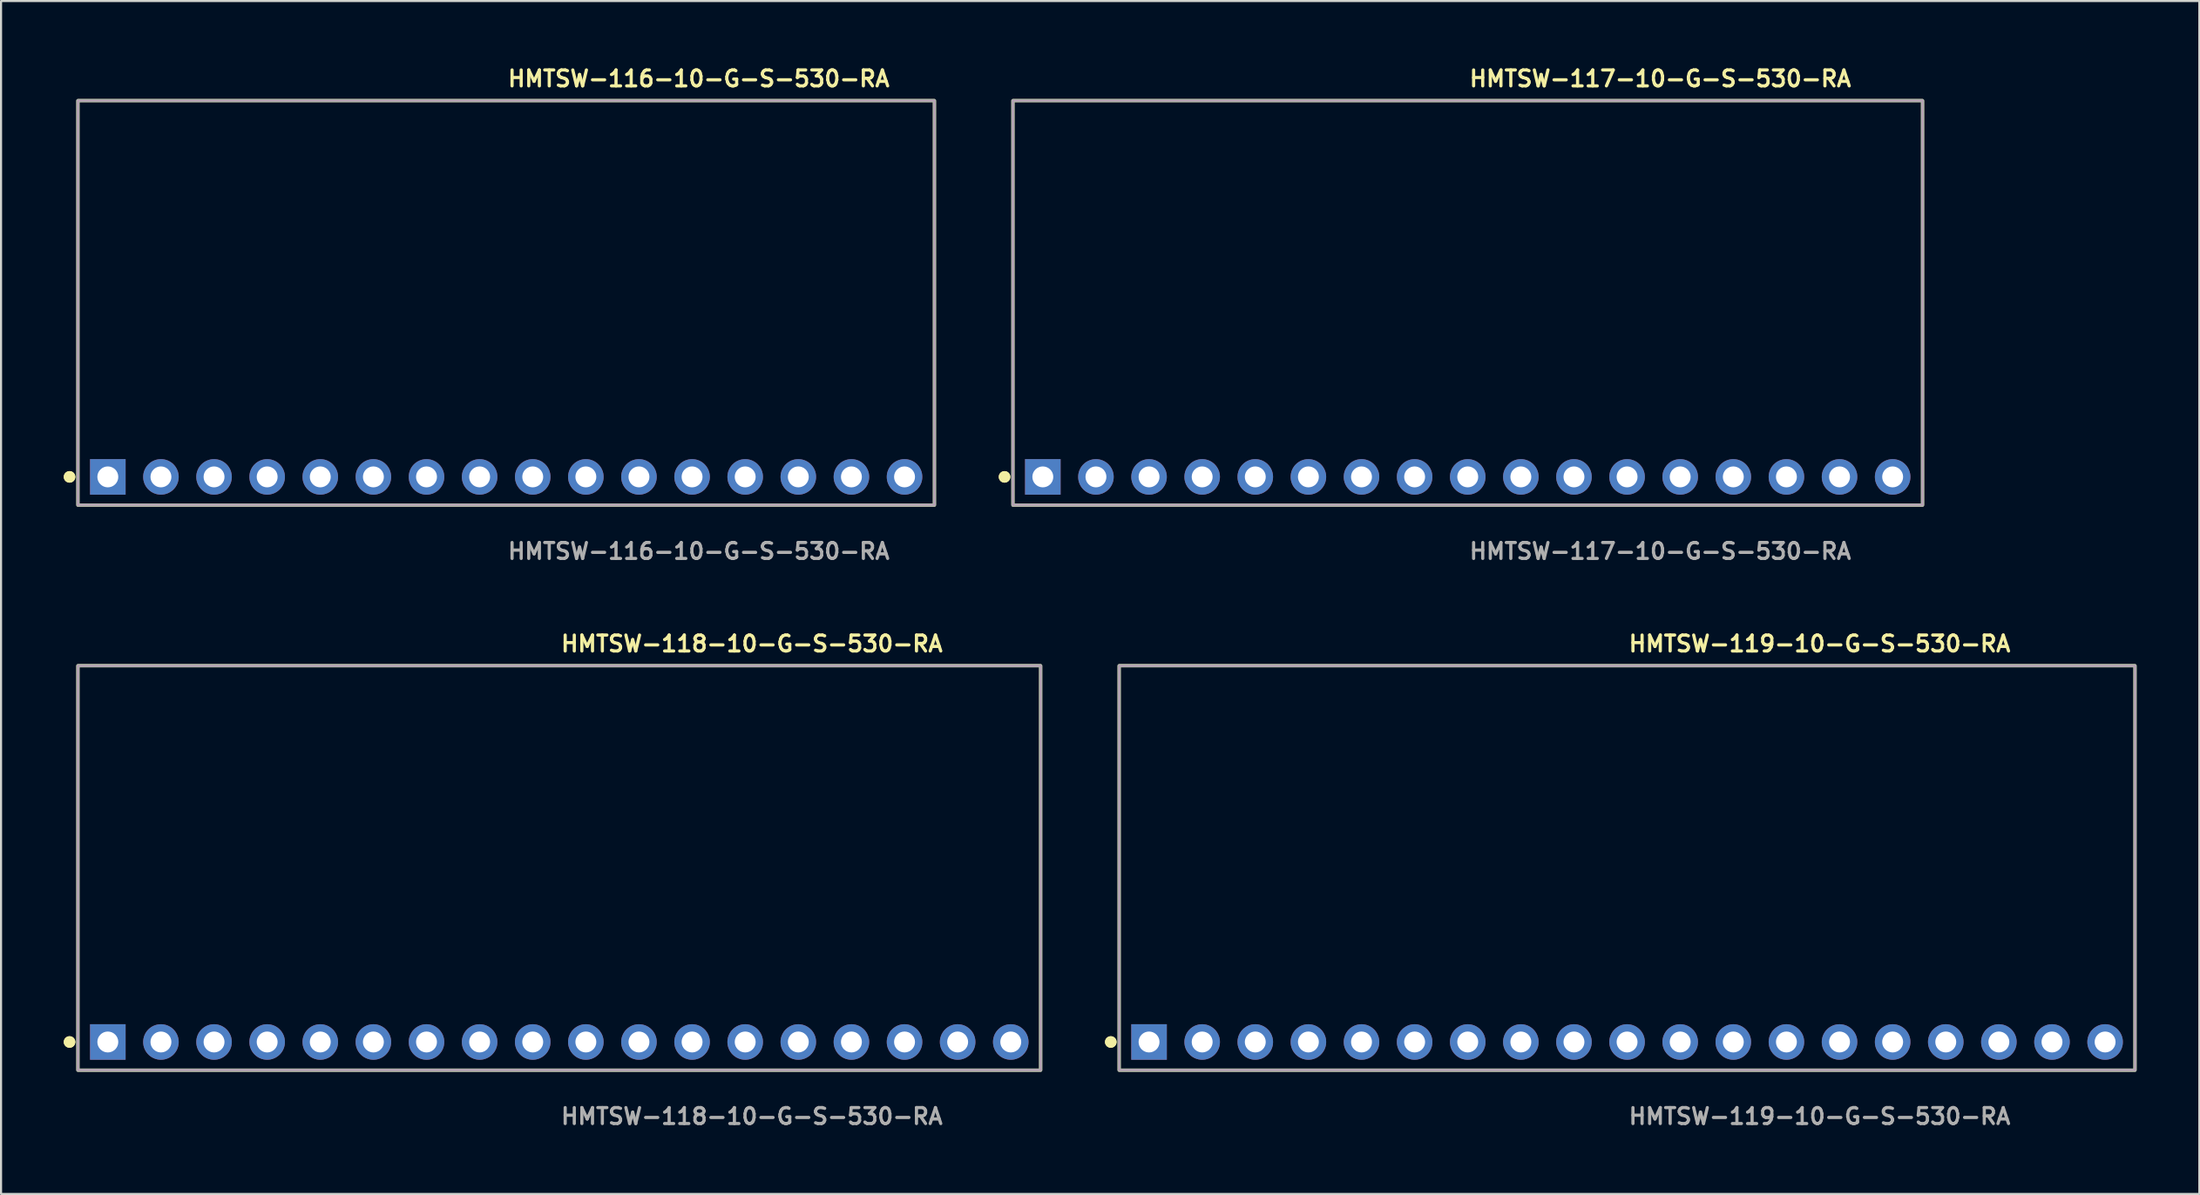
<source format=kicad_pcb>
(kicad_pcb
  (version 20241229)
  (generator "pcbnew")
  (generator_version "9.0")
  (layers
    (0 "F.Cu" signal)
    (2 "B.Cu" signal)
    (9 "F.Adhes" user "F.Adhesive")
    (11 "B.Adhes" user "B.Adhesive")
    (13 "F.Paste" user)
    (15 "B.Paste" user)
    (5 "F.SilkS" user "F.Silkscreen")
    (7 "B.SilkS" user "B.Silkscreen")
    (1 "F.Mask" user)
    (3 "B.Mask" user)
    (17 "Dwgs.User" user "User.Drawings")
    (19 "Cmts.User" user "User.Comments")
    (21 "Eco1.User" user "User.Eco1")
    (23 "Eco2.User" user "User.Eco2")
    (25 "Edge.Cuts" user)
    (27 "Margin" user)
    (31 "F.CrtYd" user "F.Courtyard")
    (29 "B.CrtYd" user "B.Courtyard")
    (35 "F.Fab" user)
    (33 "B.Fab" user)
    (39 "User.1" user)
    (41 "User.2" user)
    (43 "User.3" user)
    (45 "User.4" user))
  (footprint "HMTSW-116-10-G-S-530-RA"
    (layer "F.Cu")
    (at 21.156 19.763)
    (property "Reference" "HMTSW-116-10-G-S-530-RA" (at 0 -19.05 0) (unlocked yes) (layer "F.SilkS") (effects (font (size 0.762 0.762) (thickness 0.152)) (justify left)))
    (fp_rect (start -20.48 1.35) (end 20.48 -18) (stroke (width 0.152) (type solid)) (fill no) (layer "F.SilkS"))
    (fp_circle (center -20.88 0) (end -21.08 0) (stroke (width 0.152) (type solid)) (fill yes) (layer "F.SilkS"))
    (fp_circle (center -20.88 0) (end -21.08 0) (stroke (width 0.152) (type solid)) (fill yes) (layer "F.SilkS"))
    (fp_rect (start -20.48 1.35) (end 20.48 -18) (stroke (width 0.006) (type solid)) (fill no) (layer "F.CrtYd"))
    (fp_rect (start -20.48 1.35) (end 20.48 -18) (stroke (width 0.152) (type solid)) (fill no) (layer "F.Fab"))
    (fp_text user "${REFERENCE}" (at 0 3.556 0) (unlocked yes) (layer "F.Fab") (effects (font (size 0.762 0.762) (thickness 0.152)) (justify left)))
    (pad "1" thru_hole rect (at -19.05 0) (size 1.7 1.7) (drill 1) (layers "*.Cu" "*.Mask"))
    (pad "2" thru_hole circle (at -16.51 0) (size 1.7 1.7) (drill 1) (layers "*.Cu" "*.Mask"))
    (pad "3" thru_hole circle (at -13.97 0) (size 1.7 1.7) (drill 1) (layers "*.Cu" "*.Mask"))
    (pad "4" thru_hole circle (at -11.43 0) (size 1.7 1.7) (drill 1) (layers "*.Cu" "*.Mask"))
    (pad "5" thru_hole circle (at -8.89 0) (size 1.7 1.7) (drill 1) (layers "*.Cu" "*.Mask"))
    (pad "6" thru_hole circle (at -6.35 0) (size 1.7 1.7) (drill 1) (layers "*.Cu" "*.Mask"))
    (pad "7" thru_hole circle (at -3.81 0) (size 1.7 1.7) (drill 1) (layers "*.Cu" "*.Mask"))
    (pad "8" thru_hole circle (at -1.27 0) (size 1.7 1.7) (drill 1) (layers "*.Cu" "*.Mask"))
    (pad "9" thru_hole circle (at 1.27 0) (size 1.7 1.7) (drill 1) (layers "*.Cu" "*.Mask"))
    (pad "10" thru_hole circle (at 3.81 0) (size 1.7 1.7) (drill 1) (layers "*.Cu" "*.Mask"))
    (pad "11" thru_hole circle (at 6.35 0) (size 1.7 1.7) (drill 1) (layers "*.Cu" "*.Mask"))
    (pad "12" thru_hole circle (at 8.89 0) (size 1.7 1.7) (drill 1) (layers "*.Cu" "*.Mask"))
    (pad "13" thru_hole circle (at 11.43 0) (size 1.7 1.7) (drill 1) (layers "*.Cu" "*.Mask"))
    (pad "14" thru_hole circle (at 13.97 0) (size 1.7 1.7) (drill 1) (layers "*.Cu" "*.Mask"))
    (pad "15" thru_hole circle (at 16.51 0) (size 1.7 1.7) (drill 1) (layers "*.Cu" "*.Mask"))
    (pad "16" thru_hole circle (at 19.05 0) (size 1.7 1.7) (drill 1) (layers "*.Cu" "*.Mask")))
  (footprint "HMTSW-119-10-G-S-530-RA"
    (layer "F.Cu")
    (at 74.759 46.796)
    (property "Reference" "HMTSW-119-10-G-S-530-RA" (at 0 -19.05 0) (unlocked yes) (layer "F.SilkS") (effects (font (size 0.762 0.762) (thickness 0.152)) (justify left)))
    (fp_rect (start -24.29 1.35) (end 24.29 -18) (stroke (width 0.152) (type solid)) (fill no) (layer "F.SilkS"))
    (fp_circle (center -24.69 0) (end -24.89 0) (stroke (width 0.152) (type solid)) (fill yes) (layer "F.SilkS"))
    (fp_circle (center -24.69 0) (end -24.89 0) (stroke (width 0.152) (type solid)) (fill yes) (layer "F.SilkS"))
    (fp_rect (start -24.29 1.35) (end 24.29 -18) (stroke (width 0.006) (type solid)) (fill no) (layer "F.CrtYd"))
    (fp_rect (start -24.29 1.35) (end 24.29 -18) (stroke (width 0.152) (type solid)) (fill no) (layer "F.Fab"))
    (fp_text user "${REFERENCE}" (at 0 3.556 0) (unlocked yes) (layer "F.Fab") (effects (font (size 0.762 0.762) (thickness 0.152)) (justify left)))
    (pad "1" thru_hole rect (at -22.86 0) (size 1.7 1.7) (drill 1) (layers "*.Cu" "*.Mask"))
    (pad "2" thru_hole circle (at -20.32 0) (size 1.7 1.7) (drill 1) (layers "*.Cu" "*.Mask"))
    (pad "3" thru_hole circle (at -17.78 0) (size 1.7 1.7) (drill 1) (layers "*.Cu" "*.Mask"))
    (pad "4" thru_hole circle (at -15.24 0) (size 1.7 1.7) (drill 1) (layers "*.Cu" "*.Mask"))
    (pad "5" thru_hole circle (at -12.7 0) (size 1.7 1.7) (drill 1) (layers "*.Cu" "*.Mask"))
    (pad "6" thru_hole circle (at -10.16 0) (size 1.7 1.7) (drill 1) (layers "*.Cu" "*.Mask"))
    (pad "7" thru_hole circle (at -7.62 0) (size 1.7 1.7) (drill 1) (layers "*.Cu" "*.Mask"))
    (pad "8" thru_hole circle (at -5.08 0) (size 1.7 1.7) (drill 1) (layers "*.Cu" "*.Mask"))
    (pad "9" thru_hole circle (at -2.54 0) (size 1.7 1.7) (drill 1) (layers "*.Cu" "*.Mask"))
    (pad "10" thru_hole circle (at 0 0) (size 1.7 1.7) (drill 1) (layers "*.Cu" "*.Mask"))
    (pad "11" thru_hole circle (at 2.54 0) (size 1.7 1.7) (drill 1) (layers "*.Cu" "*.Mask"))
    (pad "12" thru_hole circle (at 5.08 0) (size 1.7 1.7) (drill 1) (layers "*.Cu" "*.Mask"))
    (pad "13" thru_hole circle (at 7.62 0) (size 1.7 1.7) (drill 1) (layers "*.Cu" "*.Mask"))
    (pad "14" thru_hole circle (at 10.16 0) (size 1.7 1.7) (drill 1) (layers "*.Cu" "*.Mask"))
    (pad "15" thru_hole circle (at 12.7 0) (size 1.7 1.7) (drill 1) (layers "*.Cu" "*.Mask"))
    (pad "16" thru_hole circle (at 15.24 0) (size 1.7 1.7) (drill 1) (layers "*.Cu" "*.Mask"))
    (pad "17" thru_hole circle (at 17.78 0) (size 1.7 1.7) (drill 1) (layers "*.Cu" "*.Mask"))
    (pad "18" thru_hole circle (at 20.32 0) (size 1.7 1.7) (drill 1) (layers "*.Cu" "*.Mask"))
    (pad "19" thru_hole circle (at 22.86 0) (size 1.7 1.7) (drill 1) (layers "*.Cu" "*.Mask")))
  (footprint "HMTSW-118-10-G-S-530-RA"
    (layer "F.Cu")
    (at 23.696 46.796)
    (property "Reference" "HMTSW-118-10-G-S-530-RA" (at 0 -19.05 0) (unlocked yes) (layer "F.SilkS") (effects (font (size 0.762 0.762) (thickness 0.152)) (justify left)))
    (fp_rect (start -23.02 1.35) (end 23.02 -18) (stroke (width 0.152) (type solid)) (fill no) (layer "F.SilkS"))
    (fp_circle (center -23.42 0) (end -23.62 0) (stroke (width 0.152) (type solid)) (fill yes) (layer "F.SilkS"))
    (fp_circle (center -23.42 0) (end -23.62 0) (stroke (width 0.152) (type solid)) (fill yes) (layer "F.SilkS"))
    (fp_rect (start -23.02 1.35) (end 23.02 -18) (stroke (width 0.006) (type solid)) (fill no) (layer "F.CrtYd"))
    (fp_rect (start -23.02 1.35) (end 23.02 -18) (stroke (width 0.152) (type solid)) (fill no) (layer "F.Fab"))
    (fp_text user "${REFERENCE}" (at 0 3.556 0) (unlocked yes) (layer "F.Fab") (effects (font (size 0.762 0.762) (thickness 0.152)) (justify left)))
    (pad "1" thru_hole rect (at -21.59 0) (size 1.7 1.7) (drill 1) (layers "*.Cu" "*.Mask"))
    (pad "2" thru_hole circle (at -19.05 0) (size 1.7 1.7) (drill 1) (layers "*.Cu" "*.Mask"))
    (pad "3" thru_hole circle (at -16.51 0) (size 1.7 1.7) (drill 1) (layers "*.Cu" "*.Mask"))
    (pad "4" thru_hole circle (at -13.97 0) (size 1.7 1.7) (drill 1) (layers "*.Cu" "*.Mask"))
    (pad "5" thru_hole circle (at -11.43 0) (size 1.7 1.7) (drill 1) (layers "*.Cu" "*.Mask"))
    (pad "6" thru_hole circle (at -8.89 0) (size 1.7 1.7) (drill 1) (layers "*.Cu" "*.Mask"))
    (pad "7" thru_hole circle (at -6.35 0) (size 1.7 1.7) (drill 1) (layers "*.Cu" "*.Mask"))
    (pad "8" thru_hole circle (at -3.81 0) (size 1.7 1.7) (drill 1) (layers "*.Cu" "*.Mask"))
    (pad "9" thru_hole circle (at -1.27 0) (size 1.7 1.7) (drill 1) (layers "*.Cu" "*.Mask"))
    (pad "10" thru_hole circle (at 1.27 0) (size 1.7 1.7) (drill 1) (layers "*.Cu" "*.Mask"))
    (pad "11" thru_hole circle (at 3.81 0) (size 1.7 1.7) (drill 1) (layers "*.Cu" "*.Mask"))
    (pad "12" thru_hole circle (at 6.35 0) (size 1.7 1.7) (drill 1) (layers "*.Cu" "*.Mask"))
    (pad "13" thru_hole circle (at 8.89 0) (size 1.7 1.7) (drill 1) (layers "*.Cu" "*.Mask"))
    (pad "14" thru_hole circle (at 11.43 0) (size 1.7 1.7) (drill 1) (layers "*.Cu" "*.Mask"))
    (pad "15" thru_hole circle (at 13.97 0) (size 1.7 1.7) (drill 1) (layers "*.Cu" "*.Mask"))
    (pad "16" thru_hole circle (at 16.51 0) (size 1.7 1.7) (drill 1) (layers "*.Cu" "*.Mask"))
    (pad "17" thru_hole circle (at 19.05 0) (size 1.7 1.7) (drill 1) (layers "*.Cu" "*.Mask"))
    (pad "18" thru_hole circle (at 21.59 0) (size 1.7 1.7) (drill 1) (layers "*.Cu" "*.Mask")))
  (footprint "HMTSW-117-10-G-S-530-RA"
    (layer "F.Cu")
    (at 67.139 19.763)
    (property "Reference" "HMTSW-117-10-G-S-530-RA" (at 0 -19.05 0) (unlocked yes) (layer "F.SilkS") (effects (font (size 0.762 0.762) (thickness 0.152)) (justify left)))
    (fp_rect (start -21.75 1.35) (end 21.75 -18) (stroke (width 0.152) (type solid)) (fill no) (layer "F.SilkS"))
    (fp_circle (center -22.15 0) (end -22.35 0) (stroke (width 0.152) (type solid)) (fill yes) (layer "F.SilkS"))
    (fp_circle (center -22.15 0) (end -22.35 0) (stroke (width 0.152) (type solid)) (fill yes) (layer "F.SilkS"))
    (fp_rect (start -21.75 1.35) (end 21.75 -18) (stroke (width 0.006) (type solid)) (fill no) (layer "F.CrtYd"))
    (fp_rect (start -21.75 1.35) (end 21.75 -18) (stroke (width 0.152) (type solid)) (fill no) (layer "F.Fab"))
    (fp_text user "${REFERENCE}" (at 0 3.556 0) (unlocked yes) (layer "F.Fab") (effects (font (size 0.762 0.762) (thickness 0.152)) (justify left)))
    (pad "1" thru_hole rect (at -20.32 0) (size 1.7 1.7) (drill 1) (layers "*.Cu" "*.Mask"))
    (pad "2" thru_hole circle (at -17.78 0) (size 1.7 1.7) (drill 1) (layers "*.Cu" "*.Mask"))
    (pad "3" thru_hole circle (at -15.24 0) (size 1.7 1.7) (drill 1) (layers "*.Cu" "*.Mask"))
    (pad "4" thru_hole circle (at -12.7 0) (size 1.7 1.7) (drill 1) (layers "*.Cu" "*.Mask"))
    (pad "5" thru_hole circle (at -10.16 0) (size 1.7 1.7) (drill 1) (layers "*.Cu" "*.Mask"))
    (pad "6" thru_hole circle (at -7.62 0) (size 1.7 1.7) (drill 1) (layers "*.Cu" "*.Mask"))
    (pad "7" thru_hole circle (at -5.08 0) (size 1.7 1.7) (drill 1) (layers "*.Cu" "*.Mask"))
    (pad "8" thru_hole circle (at -2.54 0) (size 1.7 1.7) (drill 1) (layers "*.Cu" "*.Mask"))
    (pad "9" thru_hole circle (at 0 0) (size 1.7 1.7) (drill 1) (layers "*.Cu" "*.Mask"))
    (pad "10" thru_hole circle (at 2.54 0) (size 1.7 1.7) (drill 1) (layers "*.Cu" "*.Mask"))
    (pad "11" thru_hole circle (at 5.08 0) (size 1.7 1.7) (drill 1) (layers "*.Cu" "*.Mask"))
    (pad "12" thru_hole circle (at 7.62 0) (size 1.7 1.7) (drill 1) (layers "*.Cu" "*.Mask"))
    (pad "13" thru_hole circle (at 10.16 0) (size 1.7 1.7) (drill 1) (layers "*.Cu" "*.Mask"))
    (pad "14" thru_hole circle (at 12.7 0) (size 1.7 1.7) (drill 1) (layers "*.Cu" "*.Mask"))
    (pad "15" thru_hole circle (at 15.24 0) (size 1.7 1.7) (drill 1) (layers "*.Cu" "*.Mask"))
    (pad "16" thru_hole circle (at 17.78 0) (size 1.7 1.7) (drill 1) (layers "*.Cu" "*.Mask"))
    (pad "17" thru_hole circle (at 20.32 0) (size 1.7 1.7) (drill 1) (layers "*.Cu" "*.Mask")))
  (gr_rect
    (start -3 -3)
    (end 102.125 54.065)
    (stroke (width 0.1) (type default))
    (fill no)
    (layer "Edge.Cuts")))
</source>
